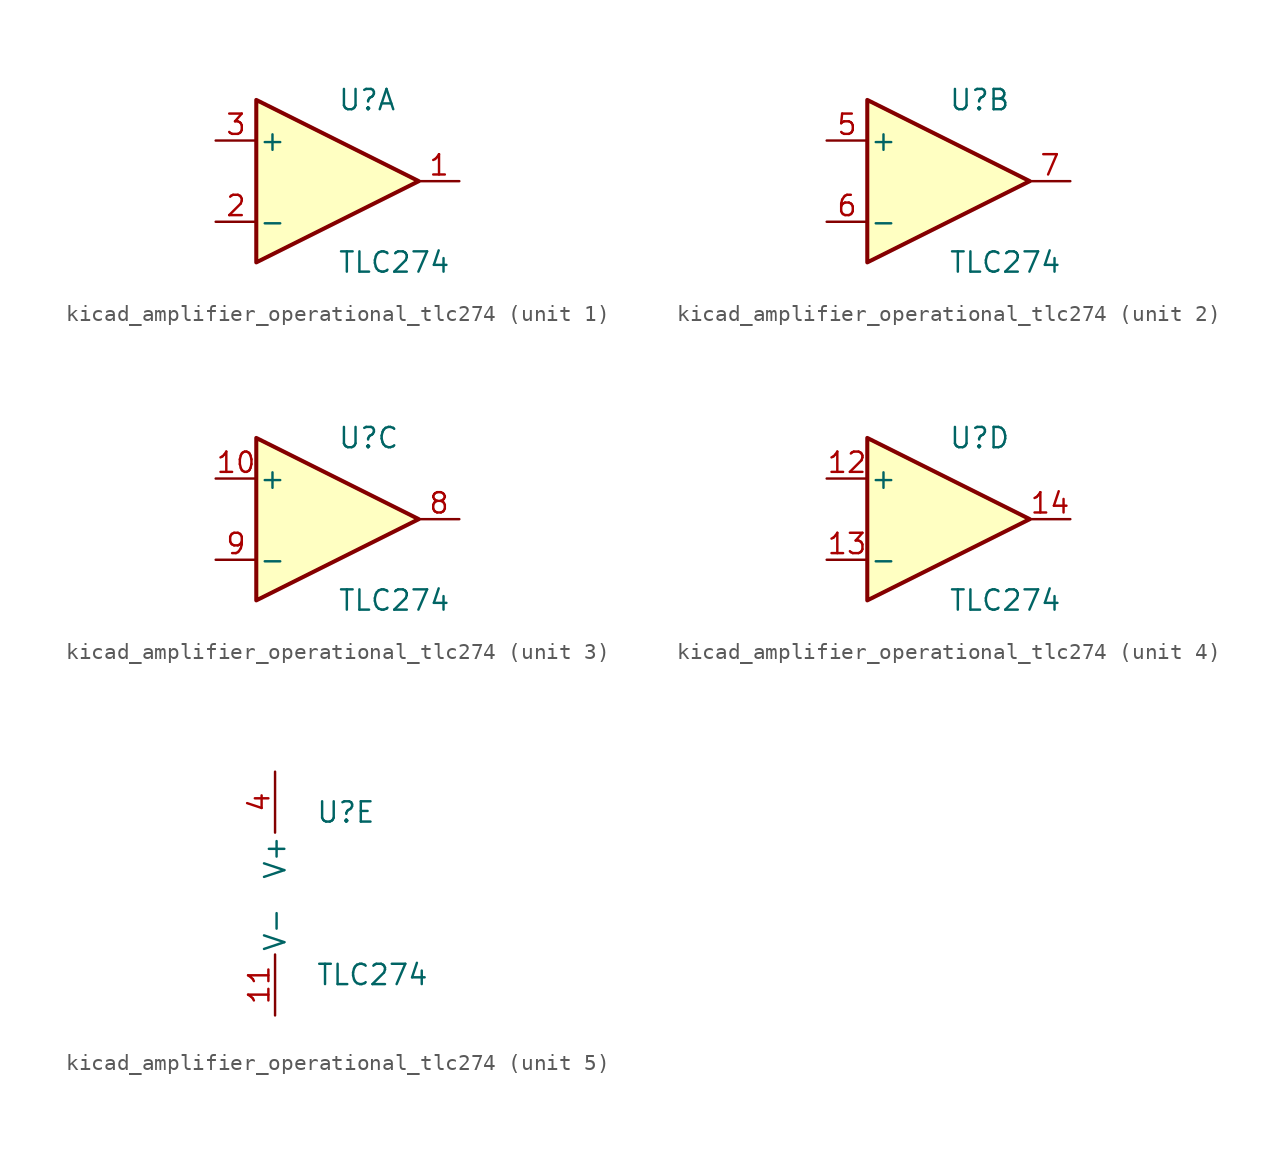
<source format=kicad_sym>
(kicad_symbol_lib
  (version 20220914)
  (generator kicad_symbol_editor)
  (symbol "kicad_amplifier_operational_tlc274"
    (pin_names
      (offset 0.127))
    (property "Reference" "U"
      (at 0 5.08 0)
      (effects (font (size 1.27 1.27)) (justify left)))
    (property "Value" "TLC274"
      (at 0 -5.08 0)
      (effects (font (size 1.27 1.27)) (justify left)))
    (property "ki_locked" ""
      (at 0 0 0)
      (effects (font (size 1.27 1.27))))
    (symbol "kicad_amplifier_operational_tlc274_1_1"
      (polyline (pts (xy -5.08 5.08) (xy 5.08 0) (xy -5.08 -5.08) (xy -5.08 5.08)) (stroke (width 0.254) (type default)) (fill (type background)))
      (pin output line (at 7.62 0 180) (length 2.54) (name "~" (effects (font (size 1.27 1.27)))) (number "1" (effects (font (size 1.27 1.27)))))
      (pin input line (at -7.62 -2.54 0) (length 2.54) (name "-" (effects (font (size 1.27 1.27)))) (number "2" (effects (font (size 1.27 1.27)))))
      (pin input line (at -7.62 2.54 0) (length 2.54) (name "+" (effects (font (size 1.27 1.27)))) (number "3" (effects (font (size 1.27 1.27))))))
    (symbol "kicad_amplifier_operational_tlc274_2_1"
      (polyline (pts (xy -5.08 5.08) (xy 5.08 0) (xy -5.08 -5.08) (xy -5.08 5.08)) (stroke (width 0.254) (type default)) (fill (type background)))
      (pin input line (at -7.62 2.54 0) (length 2.54) (name "+" (effects (font (size 1.27 1.27)))) (number "5" (effects (font (size 1.27 1.27)))))
      (pin input line (at -7.62 -2.54 0) (length 2.54) (name "-" (effects (font (size 1.27 1.27)))) (number "6" (effects (font (size 1.27 1.27)))))
      (pin output line (at 7.62 0 180) (length 2.54) (name "~" (effects (font (size 1.27 1.27)))) (number "7" (effects (font (size 1.27 1.27))))))
    (symbol "kicad_amplifier_operational_tlc274_3_1"
      (polyline (pts (xy -5.08 5.08) (xy 5.08 0) (xy -5.08 -5.08) (xy -5.08 5.08)) (stroke (width 0.254) (type default)) (fill (type background)))
      (pin input line (at -7.62 2.54 0) (length 2.54) (name "+" (effects (font (size 1.27 1.27)))) (number "10" (effects (font (size 1.27 1.27)))))
      (pin output line (at 7.62 0 180) (length 2.54) (name "~" (effects (font (size 1.27 1.27)))) (number "8" (effects (font (size 1.27 1.27)))))
      (pin input line (at -7.62 -2.54 0) (length 2.54) (name "-" (effects (font (size 1.27 1.27)))) (number "9" (effects (font (size 1.27 1.27))))))
    (symbol "kicad_amplifier_operational_tlc274_4_1"
      (polyline (pts (xy -5.08 5.08) (xy 5.08 0) (xy -5.08 -5.08) (xy -5.08 5.08)) (stroke (width 0.254) (type default)) (fill (type background)))
      (pin input line (at -7.62 2.54 0) (length 2.54) (name "+" (effects (font (size 1.27 1.27)))) (number "12" (effects (font (size 1.27 1.27)))))
      (pin input line (at -7.62 -2.54 0) (length 2.54) (name "-" (effects (font (size 1.27 1.27)))) (number "13" (effects (font (size 1.27 1.27)))))
      (pin output line (at 7.62 0 180) (length 2.54) (name "~" (effects (font (size 1.27 1.27)))) (number "14" (effects (font (size 1.27 1.27))))))
    (symbol "kicad_amplifier_operational_tlc274_5_1"
      (pin power_in line (at -2.54 -7.62 90) (length 3.81) (name "V-" (effects (font (size 1.27 1.27)))) (number "11" (effects (font (size 1.27 1.27)))))
      (pin power_in line (at -2.54 7.62 270) (length 3.81) (name "V+" (effects (font (size 1.27 1.27)))) (number "4" (effects (font (size 1.27 1.27))))))))
</source>
